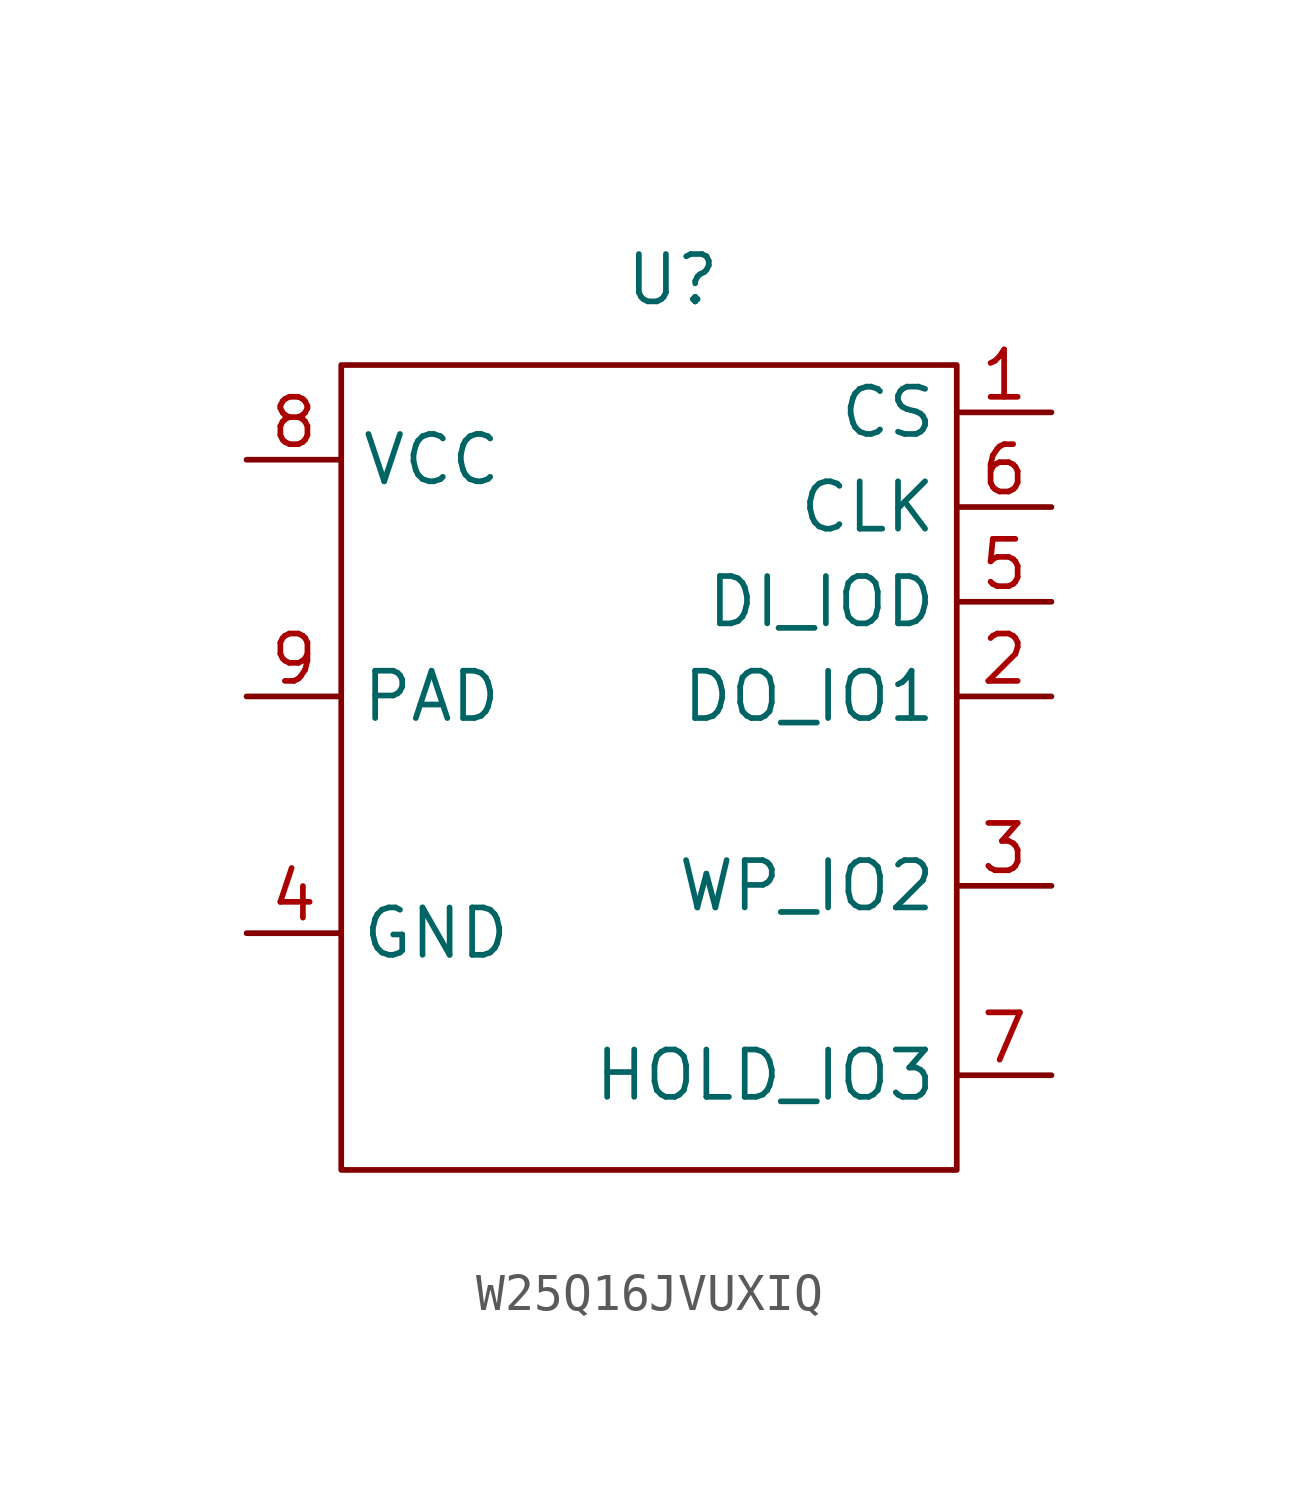
<source format=kicad_sym>
(kicad_symbol_lib
  (version 20241209)
  (generator "kicad_symbol_editor")
  (generator_version "9.0")
  (symbol "W25Q16JVUXIQ"
    (property "Reference" "U"
      (at 0 12.446 0)
      (effects (font (size 1.27 1.27))))
    (property "Value" ""
      (at 0 0 0)
      (effects (font (size 1.27 1.27))))
    (symbol "W25Q16JVUXIQ_0_1"
      (rectangle (start -8.89 10.16) (end 7.62 -11.43) (stroke (width 0) (type default)) (fill (type none))))
    (symbol "W25Q16JVUXIQ_1_1"
      (pin power_in line (at -11.43 7.62 0) (length 2.54) (name "VCC" (effects (font (size 1.27 1.27)))) (number "8" (effects (font (size 1.27 1.27)))))
      (pin passive line (at -11.43 1.27 0) (length 2.54) (name "PAD" (effects (font (size 1.27 1.27)))) (number "9" (effects (font (size 1.27 1.27)))))
      (pin passive line (at -11.43 -5.08 0) (length 2.54) (name "GND" (effects (font (size 1.27 1.27)))) (number "4" (effects (font (size 1.27 1.27)))))
      (pin passive line (at 10.16 8.89 180) (length 2.54) (name "CS" (effects (font (size 1.27 1.27)))) (number "1" (effects (font (size 1.27 1.27)))))
      (pin passive line (at 10.16 6.35 180) (length 2.54) (name "CLK" (effects (font (size 1.27 1.27)))) (number "6" (effects (font (size 1.27 1.27)))))
      (pin passive line (at 10.16 3.81 180) (length 2.54) (name "DI_IOD" (effects (font (size 1.27 1.27)))) (number "5" (effects (font (size 1.27 1.27)))))
      (pin passive line (at 10.16 1.27 180) (length 2.54) (name "DO_IO1" (effects (font (size 1.27 1.27)))) (number "2" (effects (font (size 1.27 1.27)))))
      (pin passive line (at 10.16 -3.81 180) (length 2.54) (name "WP_IO2" (effects (font (size 1.27 1.27)))) (number "3" (effects (font (size 1.27 1.27)))))
      (pin passive line (at 10.16 -8.89 180) (length 2.54) (name "HOLD_IO3" (effects (font (size 1.27 1.27)))) (number "7" (effects (font (size 1.27 1.27))))))))
</source>
